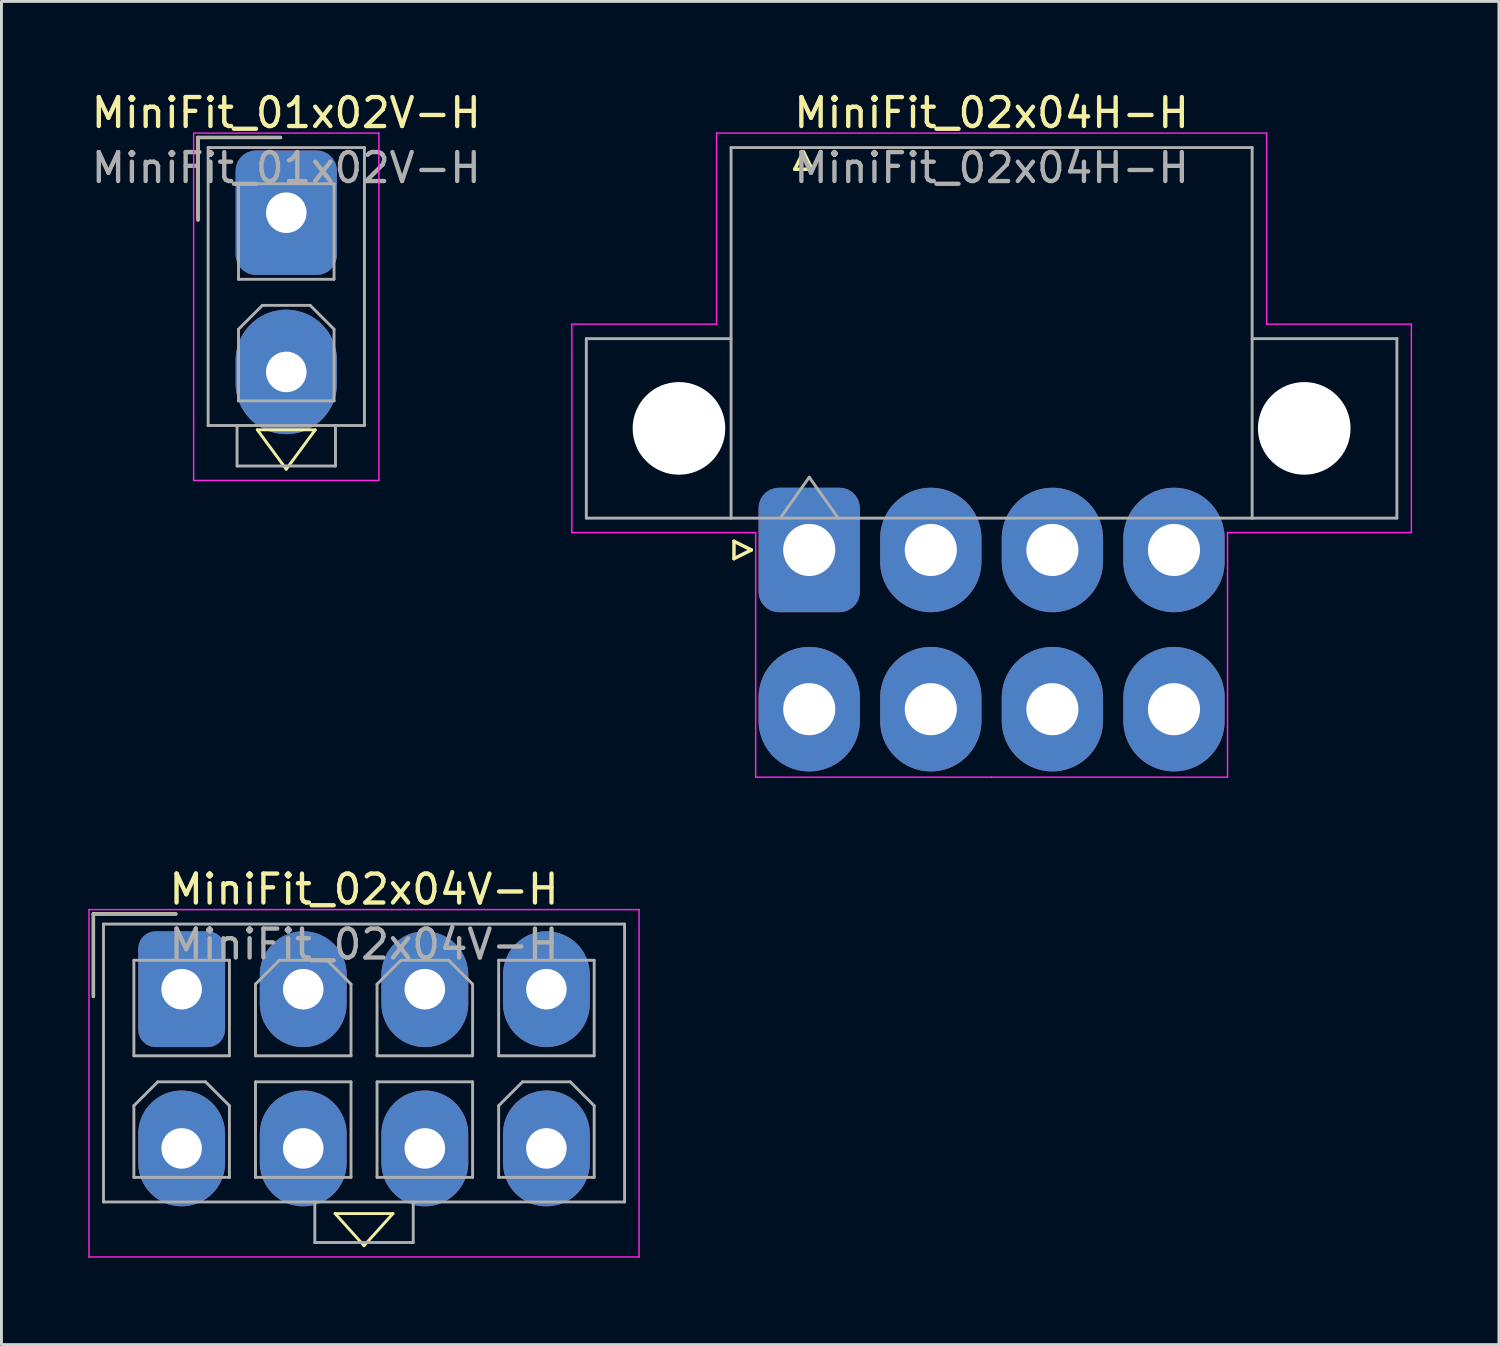
<source format=kicad_pcb>
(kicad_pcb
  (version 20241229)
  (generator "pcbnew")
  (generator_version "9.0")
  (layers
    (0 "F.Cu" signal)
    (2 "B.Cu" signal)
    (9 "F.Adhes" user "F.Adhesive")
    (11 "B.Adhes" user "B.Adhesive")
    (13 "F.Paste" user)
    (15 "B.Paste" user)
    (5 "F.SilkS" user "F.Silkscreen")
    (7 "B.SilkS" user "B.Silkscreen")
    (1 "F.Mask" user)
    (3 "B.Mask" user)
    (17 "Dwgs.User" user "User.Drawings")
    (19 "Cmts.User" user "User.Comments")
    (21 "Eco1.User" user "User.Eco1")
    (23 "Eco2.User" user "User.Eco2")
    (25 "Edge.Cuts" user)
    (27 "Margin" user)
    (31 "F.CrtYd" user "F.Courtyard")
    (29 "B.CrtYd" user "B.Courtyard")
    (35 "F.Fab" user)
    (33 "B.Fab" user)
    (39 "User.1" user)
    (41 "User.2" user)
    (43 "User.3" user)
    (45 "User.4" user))
  (footprint "MiniFit_02x04V-H"
    (layer "F.Cu")
    (at 9.525 33.871)
    (property "Reference" "MiniFit_02x04V-H" (at 0 -6.2 0) (layer "F.SilkS") (effects (font (size 1 1) (thickness 0.15))))
    (attr through_hole)
    (fp_line (start -9.35 -5.35) (end -9.35 -2.5) (stroke (width 0.12) (type solid)) (layer "F.SilkS"))
    (fp_line (start -6.5 -5.35) (end -9.35 -5.35) (stroke (width 0.12) (type solid)) (layer "F.SilkS"))
    (fp_line (start -1 5) (end 0 6.11) (stroke (width 0.1) (type default)) (layer "F.SilkS"))
    (fp_line (start 0 6.11) (end 1 5) (stroke (width 0.1) (type default)) (layer "F.SilkS"))
    (fp_line (start 1 5) (end -1 5) (stroke (width 0.1) (type default)) (layer "F.SilkS"))
    (fp_line (start -9.5 -5.5) (end -9.5 6.5) (stroke (width 0.05) (type solid)) (layer "F.CrtYd"))
    (fp_line (start -9.5 6.5) (end 9.5 6.5) (stroke (width 0.05) (type solid)) (layer "F.CrtYd"))
    (fp_line (start 9.5 -5.5) (end -9.5 -5.5) (stroke (width 0.05) (type solid)) (layer "F.CrtYd"))
    (fp_line (start 9.5 6.5) (end 9.5 -5.5) (stroke (width 0.05) (type solid)) (layer "F.CrtYd"))
    (fp_line (start -9.35 -5.35) (end -9.35 -2.5) (stroke (width 0.1) (type solid)) (layer "F.Fab"))
    (fp_line (start -9 -5) (end -9 4.6) (stroke (width 0.1) (type solid)) (layer "F.Fab"))
    (fp_line (start -9 4.6) (end 9 4.6) (stroke (width 0.1) (type solid)) (layer "F.Fab"))
    (fp_line (start -7.95 -3.75) (end -7.95 -0.45) (stroke (width 0.1) (type solid)) (layer "F.Fab"))
    (fp_line (start -7.95 -0.45) (end -4.65 -0.45) (stroke (width 0.1) (type solid)) (layer "F.Fab"))
    (fp_line (start -7.95 1.275) (end -7.125 0.45) (stroke (width 0.1) (type solid)) (layer "F.Fab"))
    (fp_line (start -7.95 3.75) (end -7.95 1.275) (stroke (width 0.1) (type solid)) (layer "F.Fab"))
    (fp_line (start -7.125 0.45) (end -5.475 0.45) (stroke (width 0.1) (type solid)) (layer "F.Fab"))
    (fp_line (start -6.5 -5.35) (end -9.35 -5.35) (stroke (width 0.1) (type solid)) (layer "F.Fab"))
    (fp_line (start -5.475 0.45) (end -4.65 1.275) (stroke (width 0.1) (type solid)) (layer "F.Fab"))
    (fp_line (start -4.65 -3.75) (end -7.95 -3.75) (stroke (width 0.1) (type solid)) (layer "F.Fab"))
    (fp_line (start -4.65 -0.45) (end -4.65 -3.75) (stroke (width 0.1) (type solid)) (layer "F.Fab"))
    (fp_line (start -4.65 1.275) (end -4.65 3.75) (stroke (width 0.1) (type solid)) (layer "F.Fab"))
    (fp_line (start -4.65 3.75) (end -7.95 3.75) (stroke (width 0.1) (type solid)) (layer "F.Fab"))
    (fp_line (start -3.75 -2.925) (end -2.925 -3.75) (stroke (width 0.1) (type solid)) (layer "F.Fab"))
    (fp_line (start -3.75 -0.45) (end -3.75 -2.925) (stroke (width 0.1) (type solid)) (layer "F.Fab"))
    (fp_line (start -3.75 0.45) (end -3.75 3.75) (stroke (width 0.1) (type solid)) (layer "F.Fab"))
    (fp_line (start -3.75 3.75) (end -0.45 3.75) (stroke (width 0.1) (type solid)) (layer "F.Fab"))
    (fp_line (start -2.925 -3.75) (end -1.275 -3.75) (stroke (width 0.1) (type solid)) (layer "F.Fab"))
    (fp_line (start -1.7 4.6) (end -1.7 6) (stroke (width 0.1) (type solid)) (layer "F.Fab"))
    (fp_line (start -1.7 6) (end 1.7 6) (stroke (width 0.1) (type solid)) (layer "F.Fab"))
    (fp_line (start -1.275 -3.75) (end -0.45 -2.925) (stroke (width 0.1) (type solid)) (layer "F.Fab"))
    (fp_line (start -0.45 -2.925) (end -0.45 -0.45) (stroke (width 0.1) (type solid)) (layer "F.Fab"))
    (fp_line (start -0.45 -0.45) (end -3.75 -0.45) (stroke (width 0.1) (type solid)) (layer "F.Fab"))
    (fp_line (start -0.45 0.45) (end -3.75 0.45) (stroke (width 0.1) (type solid)) (layer "F.Fab"))
    (fp_line (start -0.45 3.75) (end -0.45 0.45) (stroke (width 0.1) (type solid)) (layer "F.Fab"))
    (fp_line (start 0.45 -2.925) (end 1.275 -3.75) (stroke (width 0.1) (type solid)) (layer "F.Fab"))
    (fp_line (start 0.45 -0.45) (end 0.45 -2.925) (stroke (width 0.1) (type solid)) (layer "F.Fab"))
    (fp_line (start 0.45 0.45) (end 0.45 3.75) (stroke (width 0.1) (type solid)) (layer "F.Fab"))
    (fp_line (start 0.45 3.75) (end 3.75 3.75) (stroke (width 0.1) (type solid)) (layer "F.Fab"))
    (fp_line (start 1.275 -3.75) (end 2.925 -3.75) (stroke (width 0.1) (type solid)) (layer "F.Fab"))
    (fp_line (start 1.7 6) (end 1.7 4.6) (stroke (width 0.1) (type solid)) (layer "F.Fab"))
    (fp_line (start 2.925 -3.75) (end 3.75 -2.925) (stroke (width 0.1) (type solid)) (layer "F.Fab"))
    (fp_line (start 3.75 -2.925) (end 3.75 -0.45) (stroke (width 0.1) (type solid)) (layer "F.Fab"))
    (fp_line (start 3.75 -0.45) (end 0.45 -0.45) (stroke (width 0.1) (type solid)) (layer "F.Fab"))
    (fp_line (start 3.75 0.45) (end 0.45 0.45) (stroke (width 0.1) (type solid)) (layer "F.Fab"))
    (fp_line (start 3.75 3.75) (end 3.75 0.45) (stroke (width 0.1) (type solid)) (layer "F.Fab"))
    (fp_line (start 4.65 -3.75) (end 4.65 -0.45) (stroke (width 0.1) (type solid)) (layer "F.Fab"))
    (fp_line (start 4.65 -0.45) (end 7.95 -0.45) (stroke (width 0.1) (type solid)) (layer "F.Fab"))
    (fp_line (start 4.65 1.275) (end 5.475 0.45) (stroke (width 0.1) (type solid)) (layer "F.Fab"))
    (fp_line (start 4.65 3.75) (end 4.65 1.275) (stroke (width 0.1) (type solid)) (layer "F.Fab"))
    (fp_line (start 5.475 0.45) (end 7.125 0.45) (stroke (width 0.1) (type solid)) (layer "F.Fab"))
    (fp_line (start 7.125 0.45) (end 7.95 1.275) (stroke (width 0.1) (type solid)) (layer "F.Fab"))
    (fp_line (start 7.95 -3.75) (end 4.65 -3.75) (stroke (width 0.1) (type solid)) (layer "F.Fab"))
    (fp_line (start 7.95 -0.45) (end 7.95 -3.75) (stroke (width 0.1) (type solid)) (layer "F.Fab"))
    (fp_line (start 7.95 1.275) (end 7.95 3.75) (stroke (width 0.1) (type solid)) (layer "F.Fab"))
    (fp_line (start 7.95 3.75) (end 4.65 3.75) (stroke (width 0.1) (type solid)) (layer "F.Fab"))
    (fp_line (start 9 -5) (end -9 -5) (stroke (width 0.1) (type solid)) (layer "F.Fab"))
    (fp_line (start 9 4.6) (end 9 -5) (stroke (width 0.1) (type solid)) (layer "F.Fab"))
    (fp_line (start -6.3 -2.75) (end 6.3 2.75) (stroke (width 0.1) (type default)) (layer "User.1"))
    (fp_line (start -6.3 2.75) (end 6.3 -2.75) (stroke (width 0.1) (type default)) (layer "User.1"))
    (fp_text user "${REFERENCE}" (at 0 -4.3 0) (layer "F.Fab") (effects (font (size 1 1) (thickness 0.15))))
    (pad "1" thru_hole roundrect (at -6.3 -2.75) (size 3 4) (drill 1.4) (layers "*.Cu" "*.Mask") (roundrect_rratio 0.2))
    (pad "2" thru_hole oval (at -2.1 -2.75) (size 3 4) (drill 1.4) (layers "*.Cu" "*.Mask"))
    (pad "3" thru_hole oval (at 2.1 -2.75) (size 3 4) (drill 1.4) (layers "*.Cu" "*.Mask"))
    (pad "4" thru_hole oval (at 6.3 -2.75) (size 3 4) (drill 1.4) (layers "*.Cu" "*.Mask"))
    (pad "5" thru_hole oval (at -6.3 2.75) (size 3 4) (drill 1.4) (layers "*.Cu" "*.Mask"))
    (pad "6" thru_hole oval (at -2.1 2.75) (size 3 4) (drill 1.4) (layers "*.Cu" "*.Mask"))
    (pad "7" thru_hole oval (at 2.1 2.75) (size 3 4) (drill 1.4) (layers "*.Cu" "*.Mask"))
    (pad "8" thru_hole oval (at 6.3 2.75) (size 3 4) (drill 1.4) (layers "*.Cu" "*.Mask")))
  (footprint "MiniFit_02x04H-H"
    (layer "F.Cu")
    (at 31.204 18.698)
    (property "Reference" "MiniFit_02x04H-H" (at 0 -17.85 0) (layer "F.SilkS") (effects (font (size 1 1) (thickness 0.15))))
    (attr through_hole)
    (fp_line (start -8.9 -3.05) (end -8.3 -2.75) (stroke (width 0.12) (type solid)) (layer "F.SilkS"))
    (fp_line (start -8.9 -2.45) (end -8.9 -3.05) (stroke (width 0.12) (type solid)) (layer "F.SilkS"))
    (fp_line (start -8.3 -2.75) (end -8.9 -2.45) (stroke (width 0.12) (type solid)) (layer "F.SilkS"))
    (fp_line (start -6.8 -15.9) (end -6.5 -16.5) (stroke (width 0.12) (type solid)) (layer "F.SilkS"))
    (fp_line (start -6.5 -16.5) (end -6.2 -15.9) (stroke (width 0.12) (type solid)) (layer "F.SilkS"))
    (fp_line (start -6.2 -15.9) (end -6.8 -15.9) (stroke (width 0.12) (type solid)) (layer "F.SilkS"))
    (fp_line (start -14.5 -10.55) (end -14.5 -3.35) (stroke (width 0.05) (type solid)) (layer "F.CrtYd"))
    (fp_line (start -14.5 -3.35) (end -8.15 -3.35) (stroke (width 0.05) (type solid)) (layer "F.CrtYd"))
    (fp_line (start -9.5 -17.15) (end -9.5 -10.55) (stroke (width 0.05) (type solid)) (layer "F.CrtYd"))
    (fp_line (start -9.5 -10.55) (end -14.5 -10.55) (stroke (width 0.05) (type solid)) (layer "F.CrtYd"))
    (fp_line (start -8.15 -3.35) (end -8.15 5.1) (stroke (width 0.05) (type solid)) (layer "F.CrtYd"))
    (fp_line (start -8.15 5.1) (end 0 5.1) (stroke (width 0.05) (type solid)) (layer "F.CrtYd"))
    (fp_line (start 0 -17.15) (end -9.5 -17.15) (stroke (width 0.05) (type solid)) (layer "F.CrtYd"))
    (fp_line (start 0 -17.15) (end 9.5 -17.15) (stroke (width 0.05) (type solid)) (layer "F.CrtYd"))
    (fp_line (start 8.15 -3.35) (end 8.15 5.1) (stroke (width 0.05) (type solid)) (layer "F.CrtYd"))
    (fp_line (start 8.15 5.1) (end 0 5.1) (stroke (width 0.05) (type solid)) (layer "F.CrtYd"))
    (fp_line (start 9.5 -17.15) (end 9.5 -10.55) (stroke (width 0.05) (type solid)) (layer "F.CrtYd"))
    (fp_line (start 9.5 -10.55) (end 14.5 -10.55) (stroke (width 0.05) (type solid)) (layer "F.CrtYd"))
    (fp_line (start 14.5 -10.55) (end 14.5 -3.35) (stroke (width 0.05) (type solid)) (layer "F.CrtYd"))
    (fp_line (start 14.5 -3.35) (end 8.15 -3.35) (stroke (width 0.05) (type solid)) (layer "F.CrtYd"))
    (fp_line (start -14 -10.05) (end -14 -3.85) (stroke (width 0.1) (type solid)) (layer "F.Fab"))
    (fp_line (start -14 -3.85) (end -9 -3.85) (stroke (width 0.1) (type solid)) (layer "F.Fab"))
    (fp_line (start -9 -16.65) (end -9 -3.85) (stroke (width 0.1) (type solid)) (layer "F.Fab"))
    (fp_line (start -9 -10.05) (end -14 -10.05) (stroke (width 0.1) (type solid)) (layer "F.Fab"))
    (fp_line (start -9 -3.85) (end 9 -3.85) (stroke (width 0.1) (type solid)) (layer "F.Fab"))
    (fp_line (start -7.3 -3.85) (end -6.3 -5.264) (stroke (width 0.1) (type solid)) (layer "F.Fab"))
    (fp_line (start -6.3 -5.264) (end -5.3 -3.85) (stroke (width 0.1) (type solid)) (layer "F.Fab"))
    (fp_line (start 9 -16.65) (end -9 -16.65) (stroke (width 0.1) (type solid)) (layer "F.Fab"))
    (fp_line (start 9 -10.05) (end 14 -10.05) (stroke (width 0.1) (type solid)) (layer "F.Fab"))
    (fp_line (start 9 -3.85) (end 9 -16.65) (stroke (width 0.1) (type solid)) (layer "F.Fab"))
    (fp_line (start 14 -10.05) (end 14 -3.85) (stroke (width 0.1) (type solid)) (layer "F.Fab"))
    (fp_line (start 14 -3.85) (end 9 -3.85) (stroke (width 0.1) (type solid)) (layer "F.Fab"))
    (fp_line (start -6.3 -2.75) (end 6.3 2.75) (stroke (width 0.1) (type default)) (layer "User.1"))
    (fp_line (start -6.3 2.75) (end 6.3 -2.75) (stroke (width 0.1) (type default)) (layer "User.1"))
    (fp_text user "${REFERENCE}" (at 0 -15.95 0) (layer "F.Fab") (effects (font (size 1 1) (thickness 0.15))))
    (pad "" np_thru_hole circle (at -10.8 -6.95) (size 3.2 3.2) (drill 3.2) (layers "*.Cu" "*.Mask"))
    (pad "" np_thru_hole circle (at 10.8 -6.95) (size 3.2 3.2) (drill 3.2) (layers "*.Cu" "*.Mask"))
    (pad "1" thru_hole roundrect (at -6.3 -2.75) (size 3.5 4.3) (drill 1.8) (layers "*.Cu" "*.Mask") (roundrect_rratio 0.2))
    (pad "2" thru_hole oval (at -2.1 -2.75) (size 3.5 4.3) (drill 1.8) (layers "*.Cu" "*.Mask"))
    (pad "3" thru_hole oval (at 2.1 -2.75) (size 3.5 4.3) (drill 1.8) (layers "*.Cu" "*.Mask"))
    (pad "4" thru_hole oval (at 6.3 -2.75) (size 3.5 4.3) (drill 1.8) (layers "*.Cu" "*.Mask"))
    (pad "5" thru_hole oval (at -6.3 2.75) (size 3.5 4.3) (drill 1.8) (layers "*.Cu" "*.Mask"))
    (pad "6" thru_hole oval (at -2.1 2.75) (size 3.5 4.3) (drill 1.8) (layers "*.Cu" "*.Mask"))
    (pad "7" thru_hole oval (at 2.1 2.75) (size 3.5 4.3) (drill 1.8) (layers "*.Cu" "*.Mask"))
    (pad "8" thru_hole oval (at 6.3 2.75) (size 3.5 4.3) (drill 1.8) (layers "*.Cu" "*.Mask")))
  (footprint "MiniFit_01x02V-H"
    (layer "F.Cu")
    (at 6.839 7.048)
    (property "Reference" "MiniFit_01x02V-H" (at 0 -6.2 0) (layer "F.SilkS") (effects (font (size 1 1) (thickness 0.15))))
    (attr through_hole)
    (fp_line (start -3.05 -5.35) (end -3.05 -2.5) (stroke (width 0.12) (type solid)) (layer "F.SilkS"))
    (fp_line (start -1 4.75) (end 0 6.11) (stroke (width 0.1) (type default)) (layer "F.SilkS"))
    (fp_line (start -0.2 -5.35) (end -3.05 -5.35) (stroke (width 0.12) (type solid)) (layer "F.SilkS"))
    (fp_line (start 0 6.11) (end 1 4.75) (stroke (width 0.1) (type default)) (layer "F.SilkS"))
    (fp_line (start 1 4.75) (end -1 4.75) (stroke (width 0.1) (type default)) (layer "F.SilkS"))
    (fp_line (start -3.2 -5.5) (end -3.2 6.5) (stroke (width 0.05) (type solid)) (layer "F.CrtYd"))
    (fp_line (start -3.2 6.5) (end 3.2 6.5) (stroke (width 0.05) (type solid)) (layer "F.CrtYd"))
    (fp_line (start 3.2 -5.5) (end -3.2 -5.5) (stroke (width 0.05) (type solid)) (layer "F.CrtYd"))
    (fp_line (start 3.2 6.5) (end 3.2 -5.5) (stroke (width 0.05) (type solid)) (layer "F.CrtYd"))
    (fp_line (start -3.05 -5.35) (end -3.05 -2.5) (stroke (width 0.1) (type solid)) (layer "F.Fab"))
    (fp_line (start -2.7 -5) (end -2.7 4.6) (stroke (width 0.1) (type solid)) (layer "F.Fab"))
    (fp_line (start -2.7 4.6) (end 2.7 4.6) (stroke (width 0.1) (type solid)) (layer "F.Fab"))
    (fp_line (start -1.7 4.6) (end -1.7 6) (stroke (width 0.1) (type solid)) (layer "F.Fab"))
    (fp_line (start -1.7 6) (end 1.7 6) (stroke (width 0.1) (type solid)) (layer "F.Fab"))
    (fp_line (start -1.65 -3.75) (end -1.65 -0.45) (stroke (width 0.1) (type solid)) (layer "F.Fab"))
    (fp_line (start -1.65 -0.45) (end 1.65 -0.45) (stroke (width 0.1) (type solid)) (layer "F.Fab"))
    (fp_line (start -1.65 1.275) (end -0.825 0.45) (stroke (width 0.1) (type solid)) (layer "F.Fab"))
    (fp_line (start -1.65 3.75) (end -1.65 1.275) (stroke (width 0.1) (type solid)) (layer "F.Fab"))
    (fp_line (start -0.825 0.45) (end 0.825 0.45) (stroke (width 0.1) (type solid)) (layer "F.Fab"))
    (fp_line (start -0.2 -5.35) (end -3.05 -5.35) (stroke (width 0.1) (type solid)) (layer "F.Fab"))
    (fp_line (start 0.825 0.45) (end 1.65 1.275) (stroke (width 0.1) (type solid)) (layer "F.Fab"))
    (fp_line (start 1.65 -3.75) (end -1.65 -3.75) (stroke (width 0.1) (type solid)) (layer "F.Fab"))
    (fp_line (start 1.65 -0.45) (end 1.65 -3.75) (stroke (width 0.1) (type solid)) (layer "F.Fab"))
    (fp_line (start 1.65 1.275) (end 1.65 3.75) (stroke (width 0.1) (type solid)) (layer "F.Fab"))
    (fp_line (start 1.65 3.75) (end -1.65 3.75) (stroke (width 0.1) (type solid)) (layer "F.Fab"))
    (fp_line (start 1.7 6) (end 1.7 4.6) (stroke (width 0.1) (type solid)) (layer "F.Fab"))
    (fp_line (start 2.7 -5) (end -2.7 -5) (stroke (width 0.1) (type solid)) (layer "F.Fab"))
    (fp_line (start 2.7 4.6) (end 2.7 -5) (stroke (width 0.1) (type solid)) (layer "F.Fab"))
    (fp_line (start 0 2.75) (end 0 0) (stroke (width 0.1) (type default)) (layer "User.1"))
    (fp_text user "${REFERENCE}" (at 0 -4.3 0) (layer "F.Fab") (effects (font (size 1 1) (thickness 0.15))))
    (pad "1" thru_hole roundrect (at 0 -2.75) (size 3.5 4.3) (drill 1.4) (layers "*.Cu" "*.Mask") (roundrect_rratio 0.2))
    (pad "2" thru_hole oval (at 0 2.75) (size 3.5 4.3) (drill 1.4) (layers "*.Cu" "*.Mask")))
  (gr_rect
    (start -3 -3)
    (end 48.729 43.397)
    (stroke (width 0.1) (type default))
    (fill no)
    (layer "Edge.Cuts")))
</source>
